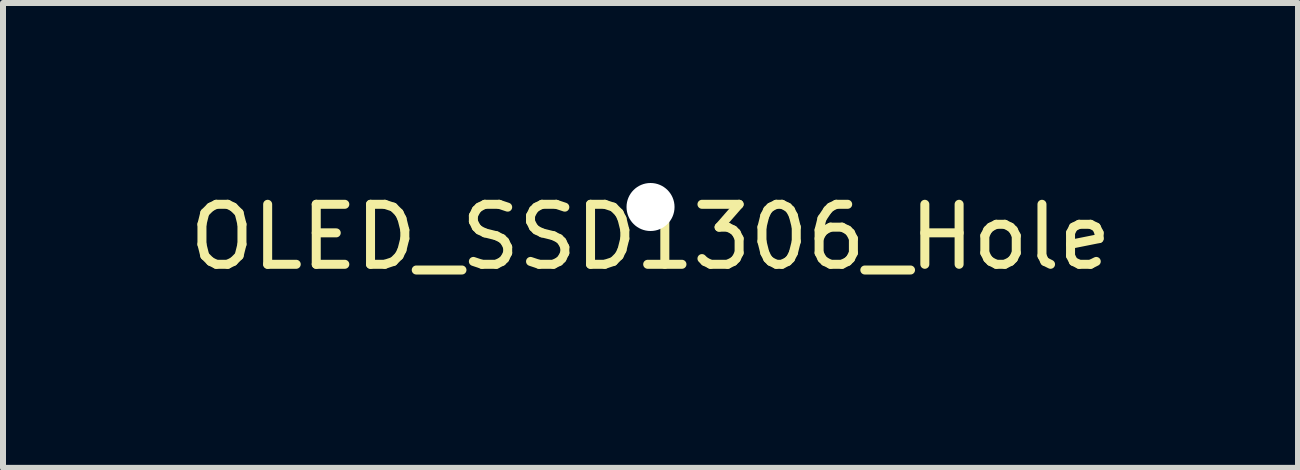
<source format=kicad_pcb>
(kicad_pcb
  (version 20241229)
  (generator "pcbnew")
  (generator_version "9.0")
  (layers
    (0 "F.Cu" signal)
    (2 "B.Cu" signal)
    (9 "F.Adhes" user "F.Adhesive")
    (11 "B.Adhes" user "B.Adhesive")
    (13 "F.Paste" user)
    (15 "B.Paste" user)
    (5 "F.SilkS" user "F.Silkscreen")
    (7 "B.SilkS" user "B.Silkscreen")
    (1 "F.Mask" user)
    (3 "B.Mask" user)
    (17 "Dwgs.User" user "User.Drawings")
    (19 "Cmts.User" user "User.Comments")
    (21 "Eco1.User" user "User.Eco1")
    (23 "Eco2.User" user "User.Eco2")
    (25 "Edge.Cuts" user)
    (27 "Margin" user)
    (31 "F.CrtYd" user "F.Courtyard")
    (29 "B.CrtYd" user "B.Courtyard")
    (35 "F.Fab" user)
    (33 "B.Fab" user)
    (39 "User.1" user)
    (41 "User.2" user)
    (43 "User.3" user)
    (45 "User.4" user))
  (footprint "OLED_SSD1306_Hole"
    (layer "F.Cu")
    (at 7.792 0.4)
    (property "Reference" "OLED_SSD1306_Hole" (at 0 0.5 0) (layer "F.SilkS") (effects (font (size 1 1) (thickness 0.15))))
    (attr through_hole)
    (pad "" np_thru_hole circle (at 0 0) (size 0.8 0.8) (drill 0.8) (layers "*.Cu" "*.Mask")))
  (gr_rect
    (start -3 -3)
    (end 18.583 4.748)
    (stroke (width 0.1) (type default))
    (fill no)
    (layer "Edge.Cuts")))
</source>
